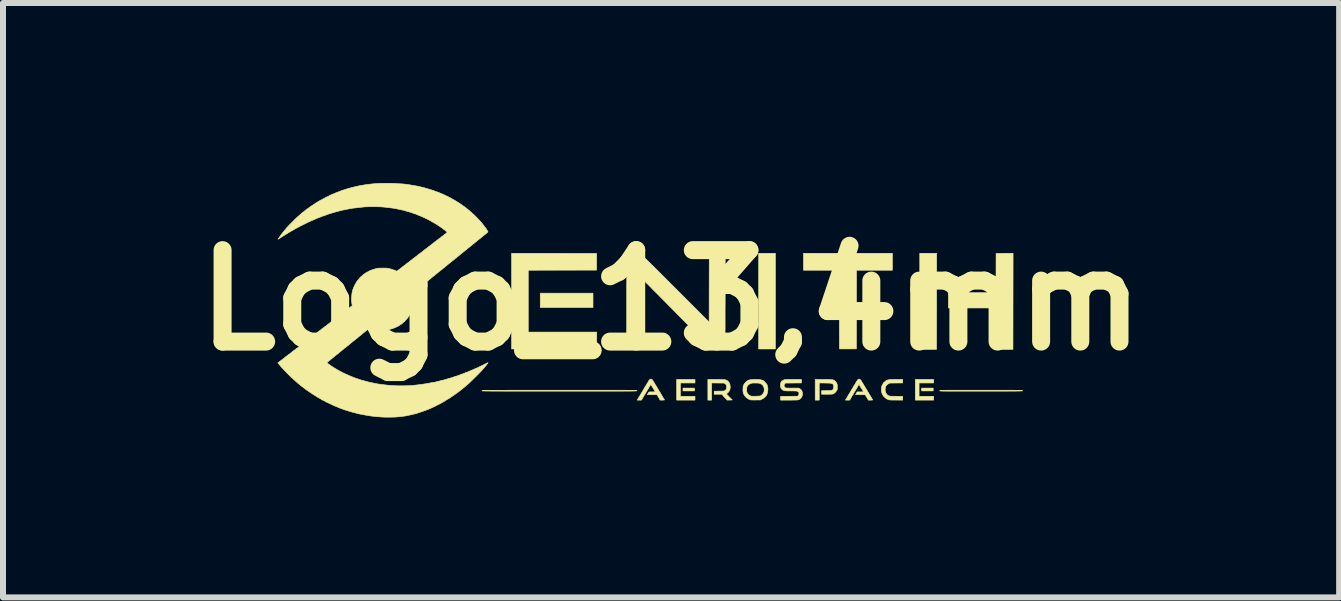
<source format=kicad_pcb>
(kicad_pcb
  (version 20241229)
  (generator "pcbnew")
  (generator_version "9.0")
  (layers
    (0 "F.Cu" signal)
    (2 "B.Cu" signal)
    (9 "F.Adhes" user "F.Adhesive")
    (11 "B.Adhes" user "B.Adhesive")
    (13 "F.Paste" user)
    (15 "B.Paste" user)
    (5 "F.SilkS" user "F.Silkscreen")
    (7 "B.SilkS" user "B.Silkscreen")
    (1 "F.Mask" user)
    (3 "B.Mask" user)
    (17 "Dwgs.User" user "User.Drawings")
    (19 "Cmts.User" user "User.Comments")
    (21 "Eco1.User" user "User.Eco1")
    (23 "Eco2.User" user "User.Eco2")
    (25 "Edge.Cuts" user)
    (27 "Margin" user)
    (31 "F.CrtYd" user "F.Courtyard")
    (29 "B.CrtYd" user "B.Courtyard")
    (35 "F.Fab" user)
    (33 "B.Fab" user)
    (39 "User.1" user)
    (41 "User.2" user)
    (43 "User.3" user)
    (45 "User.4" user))
  (footprint "Logo_13,4mm"
    (layer "F.Cu")
    (at 8.135 1.954)
    (property "Reference" "Logo_13,4mm" (at 0 0 0) (layer "F.SilkS") (effects (font (size 1.524 1.524) (thickness 0.3))))
    (attr through_hole)
    (fp_poly (pts (xy -1.301 0.121) (xy -2.18 0.121) (xy -2.18 -0.117) (xy -1.301 -0.117) (xy -1.301 0.121)) (stroke (width 0.01) (type solid)) (fill yes) (layer "F.SilkS"))
    (fp_poly (pts (xy 0.391 1.512) (xy 0.199 1.512) (xy 0.199 1.465) (xy 0.391 1.465) (xy 0.391 1.512)) (stroke (width 0.01) (type solid)) (fill yes) (layer "F.SilkS"))
    (fp_poly (pts (xy 1.739 0.813) (xy 1.461 0.813) (xy 1.461 -0.782) (xy 1.739 -0.782) (xy 1.739 0.813)) (stroke (width 0.01) (type solid)) (fill yes) (layer "F.SilkS"))
    (fp_poly (pts (xy 4.369 1.512) (xy 4.177 1.512) (xy 4.177 1.465) (xy 4.369 1.465) (xy 4.369 1.512)) (stroke (width 0.01) (type solid)) (fill yes) (layer "F.SilkS"))
    (fp_poly (pts (xy 4.426 0.019) (xy 4.425 0.819) (xy 4.286 0.82) (xy 4.146 0.821) (xy 4.146 -0.782) (xy 4.427 -0.782) (xy 4.426 0.019)) (stroke (width 0.01) (type solid)) (fill yes) (layer "F.SilkS"))
    (fp_poly (pts (xy 0.399 1.379) (xy 0.156 1.379) (xy 0.156 1.602) (xy 0.399 1.602) (xy 0.399 1.665) (xy 0.094 1.665) (xy 0.094 1.321) (xy 0.399 1.321) (xy 0.399 1.379)) (stroke (width 0.01) (type solid)) (fill yes) (layer "F.SilkS"))
    (fp_poly (pts (xy 4.377 1.379) (xy 4.134 1.379) (xy 4.134 1.602) (xy 4.377 1.602) (xy 4.377 1.665) (xy 4.072 1.665) (xy 4.072 1.321) (xy 4.377 1.321) (xy 4.377 1.379)) (stroke (width 0.01) (type solid)) (fill yes) (layer "F.SilkS"))
    (fp_poly (pts (xy -1.949 -0.781) (xy -1.241 -0.78) (xy -1.241 -0.502) (xy -2.38 -0.5) (xy -2.38 0.531) (xy -1.239 0.531) (xy -1.239 0.813) (xy -2.657 0.813) (xy -2.657 -0.782) (xy -1.949 -0.781)) (stroke (width 0.01) (type solid)) (fill yes) (layer "F.SilkS"))
    (fp_poly (pts (xy 5.7 0.019) (xy 5.699 0.819) (xy 5.56 0.82) (xy 5.528 0.82) (xy 5.498 0.82) (xy 5.472 0.82) (xy 5.45 0.819) (xy 5.433 0.819) (xy 5.422 0.819) (xy 5.419 0.818) (xy 5.418 0.814) (xy 5.418 0.802) (xy 5.418 0.784) (xy 5.417 0.76) (xy 5.417 0.73) (xy 5.417 0.695) (xy 5.416 0.656) (xy 5.416 0.613) (xy 5.416 0.566) (xy 5.416 0.517) (xy 5.416 0.472) (xy 5.416 0.129) (xy 4.623 0.129) (xy 4.623 -0.125) (xy 5.416 -0.125) (xy 5.417 -0.452) (xy 5.418 -0.78) (xy 5.56 -0.781) (xy 5.701 -0.782) (xy 5.7 0.019)) (stroke (width 0.01) (type solid)) (fill yes) (layer "F.SilkS"))
    (fp_poly (pts (xy 3.689 -0.5) (xy 3.091 -0.5) (xy 3.09 0.155) (xy 3.089 0.811) (xy 2.95 0.812) (xy 2.918 0.812) (xy 2.888 0.812) (xy 2.862 0.812) (xy 2.84 0.812) (xy 2.823 0.811) (xy 2.812 0.811) (xy 2.808 0.81) (xy 2.808 0.806) (xy 2.808 0.795) (xy 2.808 0.776) (xy 2.807 0.751) (xy 2.807 0.72) (xy 2.807 0.682) (xy 2.807 0.64) (xy 2.806 0.593) (xy 2.806 0.541) (xy 2.806 0.484) (xy 2.806 0.424) (xy 2.806 0.361) (xy 2.806 0.295) (xy 2.806 0.226) (xy 2.806 0.155) (xy 2.806 -0.5) (xy 2.208 -0.5) (xy 2.208 -0.782) (xy 3.689 -0.782) (xy 3.689 -0.5)) (stroke (width 0.01) (type solid)) (fill yes) (layer "F.SilkS"))
    (fp_poly (pts (xy 0.787 1.321) (xy 0.817 1.321) (xy 0.842 1.321) (xy 0.861 1.322) (xy 0.876 1.323) (xy 0.888 1.324) (xy 0.898 1.325) (xy 0.905 1.327) (xy 0.908 1.327) (xy 0.934 1.338) (xy 0.954 1.355) (xy 0.971 1.378) (xy 0.981 1.404) (xy 0.986 1.435) (xy 0.987 1.446) (xy 0.984 1.478) (xy 0.975 1.505) (xy 0.96 1.528) (xy 0.946 1.542) (xy 0.935 1.551) (xy 0.926 1.557) (xy 0.922 1.559) (xy 0.921 1.559) (xy 0.923 1.562) (xy 0.929 1.569) (xy 0.939 1.58) (xy 0.953 1.594) (xy 0.969 1.61) (xy 0.969 1.611) (xy 1.021 1.663) (xy 0.936 1.665) (xy 0.902 1.629) (xy 0.889 1.615) (xy 0.878 1.603) (xy 0.871 1.595) (xy 0.868 1.591) (xy 0.868 1.591) (xy 0.865 1.587) (xy 0.859 1.58) (xy 0.857 1.578) (xy 0.847 1.567) (xy 0.719 1.567) (xy 0.719 1.517) (xy 0.802 1.515) (xy 0.83 1.515) (xy 0.851 1.515) (xy 0.866 1.514) (xy 0.877 1.513) (xy 0.885 1.511) (xy 0.891 1.51) (xy 0.897 1.507) (xy 0.9 1.505) (xy 0.915 1.492) (xy 0.924 1.473) (xy 0.927 1.45) (xy 0.925 1.427) (xy 0.918 1.409) (xy 0.906 1.395) (xy 0.902 1.393) (xy 0.886 1.381) (xy 0.781 1.38) (xy 0.676 1.379) (xy 0.676 1.665) (xy 0.614 1.665) (xy 0.614 1.321) (xy 0.749 1.321) (xy 0.787 1.321)) (stroke (width 0.01) (type solid)) (fill yes) (layer "F.SilkS"))
    (fp_poly (pts (xy 2.578 1.321) (xy 2.613 1.321) (xy 2.641 1.322) (xy 2.664 1.323) (xy 2.682 1.325) (xy 2.697 1.327) (xy 2.709 1.331) (xy 2.718 1.335) (xy 2.727 1.341) (xy 2.734 1.348) (xy 2.739 1.352) (xy 2.752 1.368) (xy 2.762 1.383) (xy 2.768 1.399) (xy 2.771 1.419) (xy 2.771 1.445) (xy 2.771 1.447) (xy 2.771 1.466) (xy 2.771 1.479) (xy 2.769 1.489) (xy 2.766 1.497) (xy 2.761 1.506) (xy 2.761 1.507) (xy 2.742 1.532) (xy 2.719 1.552) (xy 2.706 1.559) (xy 2.701 1.561) (xy 2.695 1.563) (xy 2.687 1.565) (xy 2.677 1.566) (xy 2.664 1.566) (xy 2.646 1.567) (xy 2.621 1.567) (xy 2.599 1.567) (xy 2.509 1.567) (xy 2.509 1.509) (xy 2.588 1.507) (xy 2.62 1.507) (xy 2.644 1.506) (xy 2.663 1.504) (xy 2.677 1.502) (xy 2.687 1.498) (xy 2.695 1.494) (xy 2.7 1.488) (xy 2.704 1.48) (xy 2.704 1.478) (xy 2.711 1.453) (xy 2.71 1.427) (xy 2.708 1.415) (xy 2.703 1.404) (xy 2.695 1.396) (xy 2.685 1.391) (xy 2.679 1.388) (xy 2.673 1.386) (xy 2.666 1.384) (xy 2.657 1.383) (xy 2.645 1.382) (xy 2.629 1.381) (xy 2.607 1.381) (xy 2.579 1.38) (xy 2.568 1.38) (xy 2.47 1.379) (xy 2.47 1.665) (xy 2.403 1.665) (xy 2.403 1.321) (xy 2.536 1.321) (xy 2.578 1.321)) (stroke (width 0.01) (type solid)) (fill yes) (layer "F.SilkS"))
    (fp_poly (pts (xy 3.861 1.379) (xy 3.754 1.38) (xy 3.648 1.381) (xy 3.626 1.392) (xy 3.608 1.402) (xy 3.595 1.414) (xy 3.592 1.418) (xy 3.585 1.427) (xy 3.58 1.433) (xy 3.579 1.434) (xy 3.577 1.439) (xy 3.574 1.449) (xy 3.572 1.461) (xy 3.568 1.491) (xy 3.571 1.52) (xy 3.58 1.545) (xy 3.594 1.567) (xy 3.596 1.569) (xy 3.605 1.578) (xy 3.613 1.584) (xy 3.62 1.59) (xy 3.629 1.594) (xy 3.64 1.597) (xy 3.653 1.599) (xy 3.671 1.6) (xy 3.694 1.601) (xy 3.723 1.601) (xy 3.75 1.601) (xy 3.861 1.603) (xy 3.861 1.665) (xy 3.752 1.664) (xy 3.714 1.664) (xy 3.684 1.664) (xy 3.66 1.663) (xy 3.643 1.662) (xy 3.631 1.66) (xy 3.628 1.659) (xy 3.595 1.645) (xy 3.566 1.624) (xy 3.541 1.598) (xy 3.522 1.566) (xy 3.512 1.542) (xy 3.507 1.521) (xy 3.505 1.496) (xy 3.506 1.47) (xy 3.509 1.446) (xy 3.513 1.432) (xy 3.518 1.42) (xy 3.525 1.406) (xy 3.533 1.392) (xy 3.54 1.38) (xy 3.547 1.371) (xy 3.551 1.368) (xy 3.551 1.368) (xy 3.556 1.365) (xy 3.563 1.359) (xy 3.566 1.357) (xy 3.578 1.346) (xy 3.587 1.339) (xy 3.598 1.335) (xy 3.611 1.33) (xy 3.619 1.328) (xy 3.629 1.326) (xy 3.639 1.324) (xy 3.651 1.323) (xy 3.666 1.322) (xy 3.684 1.321) (xy 3.708 1.321) (xy 3.737 1.321) (xy 3.754 1.321) (xy 3.861 1.321) (xy 3.861 1.379)) (stroke (width 0.01) (type solid)) (fill yes) (layer "F.SilkS"))
    (fp_poly (pts (xy 5.258 1.501) (xy 5.338 1.501) (xy 5.412 1.501) (xy 5.478 1.501) (xy 5.538 1.501) (xy 5.592 1.501) (xy 5.639 1.501) (xy 5.681 1.501) (xy 5.718 1.501) (xy 5.75 1.502) (xy 5.777 1.502) (xy 5.799 1.502) (xy 5.818 1.503) (xy 5.833 1.503) (xy 5.844 1.504) (xy 5.852 1.504) (xy 5.858 1.505) (xy 5.861 1.505) (xy 5.862 1.506) (xy 5.859 1.509) (xy 5.852 1.511) (xy 5.838 1.512) (xy 5.823 1.514) (xy 5.815 1.514) (xy 5.8 1.514) (xy 5.778 1.514) (xy 5.749 1.515) (xy 5.714 1.515) (xy 5.673 1.515) (xy 5.627 1.515) (xy 5.577 1.516) (xy 5.522 1.516) (xy 5.463 1.516) (xy 5.401 1.516) (xy 5.336 1.516) (xy 5.268 1.516) (xy 5.198 1.516) (xy 5.132 1.516) (xy 5.048 1.516) (xy 4.972 1.516) (xy 4.903 1.516) (xy 4.84 1.516) (xy 4.785 1.516) (xy 4.735 1.516) (xy 4.691 1.516) (xy 4.652 1.516) (xy 4.618 1.516) (xy 4.589 1.515) (xy 4.564 1.515) (xy 4.544 1.515) (xy 4.527 1.515) (xy 4.513 1.514) (xy 4.502 1.514) (xy 4.493 1.513) (xy 4.487 1.513) (xy 4.483 1.512) (xy 4.48 1.511) (xy 4.479 1.511) (xy 4.478 1.51) (xy 4.478 1.509) (xy 4.478 1.508) (xy 4.478 1.507) (xy 4.479 1.507) (xy 4.48 1.506) (xy 4.482 1.505) (xy 4.486 1.504) (xy 4.491 1.504) (xy 4.498 1.503) (xy 4.508 1.503) (xy 4.521 1.502) (xy 4.536 1.502) (xy 4.555 1.502) (xy 4.578 1.501) (xy 4.605 1.501) (xy 4.636 1.501) (xy 4.672 1.501) (xy 4.714 1.501) (xy 4.76 1.501) (xy 4.813 1.501) (xy 4.871 1.501) (xy 4.936 1.501) (xy 5.008 1.501) (xy 5.087 1.501) (xy 5.17 1.501) (xy 5.258 1.501)) (stroke (width 0.01) (type solid)) (fill yes) (layer "F.SilkS"))
    (fp_poly (pts (xy 2.173 1.379) (xy 1.906 1.381) (xy 1.895 1.394) (xy 1.886 1.409) (xy 1.884 1.42) (xy 1.886 1.434) (xy 1.894 1.448) (xy 1.904 1.458) (xy 1.909 1.462) (xy 1.916 1.463) (xy 1.929 1.464) (xy 1.948 1.464) (xy 1.971 1.465) (xy 1.998 1.465) (xy 2.023 1.465) (xy 2.128 1.465) (xy 2.148 1.477) (xy 2.159 1.484) (xy 2.167 1.49) (xy 2.169 1.493) (xy 2.171 1.499) (xy 2.175 1.503) (xy 2.179 1.51) (xy 2.184 1.521) (xy 2.187 1.531) (xy 2.191 1.558) (xy 2.189 1.585) (xy 2.18 1.609) (xy 2.166 1.631) (xy 2.147 1.648) (xy 2.124 1.659) (xy 2.12 1.66) (xy 2.111 1.662) (xy 2.094 1.663) (xy 2.071 1.664) (xy 2.04 1.664) (xy 2.003 1.665) (xy 1.965 1.665) (xy 1.825 1.665) (xy 1.825 1.603) (xy 2.11 1.6) (xy 2.12 1.59) (xy 2.128 1.578) (xy 2.132 1.563) (xy 2.133 1.547) (xy 2.13 1.536) (xy 2.124 1.529) (xy 2.114 1.522) (xy 2.11 1.52) (xy 2.105 1.518) (xy 2.099 1.516) (xy 2.091 1.514) (xy 2.081 1.513) (xy 2.067 1.513) (xy 2.048 1.512) (xy 2.023 1.512) (xy 2 1.512) (xy 1.968 1.512) (xy 1.943 1.512) (xy 1.924 1.511) (xy 1.909 1.51) (xy 1.898 1.509) (xy 1.89 1.507) (xy 1.885 1.506) (xy 1.861 1.495) (xy 1.843 1.48) (xy 1.831 1.46) (xy 1.824 1.435) (xy 1.823 1.415) (xy 1.826 1.387) (xy 1.834 1.365) (xy 1.848 1.347) (xy 1.868 1.334) (xy 1.881 1.329) (xy 1.887 1.326) (xy 1.894 1.325) (xy 1.902 1.323) (xy 1.912 1.322) (xy 1.925 1.322) (xy 1.942 1.321) (xy 1.964 1.321) (xy 1.992 1.321) (xy 2.026 1.321) (xy 2.038 1.321) (xy 2.173 1.321) (xy 2.173 1.379)) (stroke (width 0.01) (type solid)) (fill yes) (layer "F.SilkS"))
    (fp_poly (pts (xy -1.422 1.501) (xy -1.332 1.501) (xy -1.249 1.501) (xy -1.171 1.501) (xy -1.1 1.501) (xy -1.035 1.501) (xy -0.975 1.501) (xy -0.921 1.501) (xy -0.871 1.501) (xy -0.827 1.501) (xy -0.787 1.501) (xy -0.751 1.501) (xy -0.72 1.502) (xy -0.692 1.502) (xy -0.668 1.502) (xy -0.647 1.502) (xy -0.63 1.503) (xy -0.615 1.503) (xy -0.603 1.503) (xy -0.593 1.504) (xy -0.585 1.504) (xy -0.579 1.505) (xy -0.575 1.505) (xy -0.572 1.506) (xy -0.57 1.506) (xy -0.57 1.507) (xy -0.569 1.507) (xy -0.569 1.508) (xy -0.569 1.508) (xy -0.57 1.509) (xy -0.57 1.51) (xy -0.571 1.51) (xy -0.573 1.511) (xy -0.576 1.512) (xy -0.58 1.512) (xy -0.585 1.513) (xy -0.592 1.513) (xy -0.602 1.513) (xy -0.613 1.514) (xy -0.627 1.514) (xy -0.644 1.514) (xy -0.664 1.515) (xy -0.687 1.515) (xy -0.713 1.515) (xy -0.743 1.515) (xy -0.778 1.515) (xy -0.816 1.516) (xy -0.859 1.516) (xy -0.907 1.516) (xy -0.959 1.516) (xy -1.017 1.516) (xy -1.08 1.516) (xy -1.15 1.516) (xy -1.225 1.516) (xy -1.306 1.516) (xy -1.394 1.516) (xy -1.488 1.516) (xy -1.59 1.516) (xy -1.698 1.516) (xy -1.861 1.516) (xy -1.984 1.516) (xy -2.099 1.516) (xy -2.207 1.516) (xy -2.308 1.516) (xy -2.402 1.516) (xy -2.49 1.516) (xy -2.57 1.516) (xy -2.645 1.516) (xy -2.713 1.516) (xy -2.776 1.516) (xy -2.832 1.515) (xy -2.883 1.515) (xy -2.929 1.515) (xy -2.97 1.515) (xy -3.006 1.515) (xy -3.038 1.514) (xy -3.065 1.514) (xy -3.088 1.514) (xy -3.107 1.513) (xy -3.122 1.513) (xy -3.133 1.513) (xy -3.141 1.512) (xy -3.146 1.512) (xy -3.149 1.511) (xy -3.149 1.511) (xy -3.145 1.505) (xy -3.144 1.504) (xy -3.14 1.503) (xy -3.128 1.503) (xy -3.109 1.503) (xy -3.083 1.503) (xy -3.051 1.502) (xy -3.012 1.502) (xy -2.967 1.502) (xy -2.916 1.502) (xy -2.86 1.502) (xy -2.798 1.502) (xy -2.732 1.501) (xy -2.661 1.501) (xy -2.585 1.501) (xy -2.506 1.501) (xy -2.423 1.501) (xy -2.336 1.501) (xy -2.246 1.501) (xy -2.154 1.501) (xy -2.058 1.501) (xy -1.961 1.501) (xy -1.861 1.501) (xy -1.854 1.501) (xy -1.735 1.501) (xy -1.623 1.501) (xy -1.519 1.501) (xy -1.422 1.501)) (stroke (width 0.01) (type solid)) (fill yes) (layer "F.SilkS"))
    (fp_poly (pts (xy 1.448 1.322) (xy 1.483 1.325) (xy 1.51 1.33) (xy 1.531 1.337) (xy 1.54 1.343) (xy 1.552 1.353) (xy 1.565 1.366) (xy 1.578 1.38) (xy 1.589 1.393) (xy 1.597 1.403) (xy 1.601 1.41) (xy 1.603 1.42) (xy 1.607 1.434) (xy 1.608 1.437) (xy 1.613 1.459) (xy 1.614 1.486) (xy 1.612 1.515) (xy 1.607 1.543) (xy 1.599 1.568) (xy 1.594 1.58) (xy 1.577 1.603) (xy 1.555 1.625) (xy 1.528 1.643) (xy 1.52 1.646) (xy 1.487 1.663) (xy 1.413 1.663) (xy 1.389 1.664) (xy 1.366 1.663) (xy 1.347 1.663) (xy 1.333 1.662) (xy 1.325 1.661) (xy 1.297 1.65) (xy 1.269 1.633) (xy 1.244 1.612) (xy 1.224 1.587) (xy 1.218 1.577) (xy 1.21 1.562) (xy 1.205 1.547) (xy 1.201 1.532) (xy 1.2 1.514) (xy 1.199 1.501) (xy 1.259 1.501) (xy 1.26 1.505) (xy 1.264 1.528) (xy 1.27 1.546) (xy 1.279 1.56) (xy 1.287 1.569) (xy 1.302 1.583) (xy 1.316 1.592) (xy 1.33 1.597) (xy 1.338 1.599) (xy 1.349 1.6) (xy 1.365 1.601) (xy 1.385 1.601) (xy 1.406 1.601) (xy 1.429 1.6) (xy 1.45 1.599) (xy 1.468 1.598) (xy 1.482 1.597) (xy 1.49 1.595) (xy 1.491 1.595) (xy 1.509 1.583) (xy 1.526 1.566) (xy 1.539 1.548) (xy 1.543 1.542) (xy 1.549 1.527) (xy 1.552 1.512) (xy 1.553 1.493) (xy 1.553 1.476) (xy 1.551 1.464) (xy 1.547 1.452) (xy 1.54 1.437) (xy 1.54 1.436) (xy 1.532 1.422) (xy 1.526 1.413) (xy 1.518 1.406) (xy 1.507 1.399) (xy 1.499 1.395) (xy 1.487 1.39) (xy 1.478 1.386) (xy 1.469 1.383) (xy 1.458 1.382) (xy 1.444 1.381) (xy 1.424 1.38) (xy 1.416 1.38) (xy 1.391 1.38) (xy 1.372 1.38) (xy 1.357 1.381) (xy 1.345 1.383) (xy 1.338 1.385) (xy 1.314 1.394) (xy 1.294 1.406) (xy 1.281 1.42) (xy 1.279 1.422) (xy 1.274 1.43) (xy 1.27 1.434) (xy 1.27 1.434) (xy 1.267 1.438) (xy 1.265 1.447) (xy 1.262 1.46) (xy 1.261 1.475) (xy 1.259 1.489) (xy 1.259 1.501) (xy 1.199 1.501) (xy 1.199 1.49) (xy 1.199 1.486) (xy 1.2 1.464) (xy 1.201 1.447) (xy 1.203 1.435) (xy 1.206 1.425) (xy 1.207 1.422) (xy 1.22 1.396) (xy 1.238 1.374) (xy 1.251 1.361) (xy 1.259 1.354) (xy 1.265 1.349) (xy 1.266 1.348) (xy 1.278 1.339) (xy 1.296 1.332) (xy 1.319 1.326) (xy 1.348 1.323) (xy 1.383 1.321) (xy 1.405 1.321) (xy 1.448 1.322)) (stroke (width 0.01) (type solid)) (fill yes) (layer "F.SilkS"))
    (fp_poly (pts (xy -0.323 1.319) (xy -0.315 1.325) (xy -0.307 1.333) (xy -0.302 1.34) (xy -0.301 1.342) (xy -0.299 1.348) (xy -0.293 1.357) (xy -0.29 1.363) (xy -0.281 1.375) (xy -0.273 1.388) (xy -0.271 1.392) (xy -0.266 1.402) (xy -0.257 1.416) (xy -0.251 1.426) (xy -0.242 1.439) (xy -0.235 1.451) (xy -0.231 1.458) (xy -0.219 1.479) (xy -0.207 1.499) (xy -0.197 1.516) (xy -0.189 1.529) (xy -0.185 1.534) (xy -0.179 1.544) (xy -0.17 1.559) (xy -0.159 1.577) (xy -0.148 1.597) (xy -0.139 1.613) (xy -0.131 1.626) (xy -0.123 1.64) (xy -0.12 1.643) (xy -0.114 1.653) (xy -0.11 1.66) (xy -0.109 1.662) (xy -0.113 1.663) (xy -0.123 1.664) (xy -0.137 1.665) (xy -0.146 1.665) (xy -0.182 1.665) (xy -0.191 1.648) (xy -0.197 1.638) (xy -0.202 1.63) (xy -0.203 1.628) (xy -0.205 1.623) (xy -0.211 1.613) (xy -0.219 1.601) (xy -0.22 1.599) (xy -0.235 1.575) (xy -0.315 1.575) (xy -0.339 1.575) (xy -0.36 1.574) (xy -0.377 1.574) (xy -0.389 1.574) (xy -0.394 1.573) (xy -0.395 1.573) (xy -0.393 1.569) (xy -0.388 1.561) (xy -0.383 1.554) (xy -0.376 1.543) (xy -0.372 1.535) (xy -0.371 1.532) (xy -0.368 1.53) (xy -0.357 1.529) (xy -0.339 1.528) (xy -0.318 1.528) (xy -0.265 1.528) (xy -0.268 1.519) (xy -0.271 1.511) (xy -0.278 1.5) (xy -0.285 1.488) (xy -0.294 1.474) (xy -0.305 1.456) (xy -0.316 1.439) (xy -0.318 1.435) (xy -0.338 1.404) (xy -0.354 1.43) (xy -0.362 1.442) (xy -0.368 1.452) (xy -0.371 1.458) (xy -0.371 1.458) (xy -0.373 1.463) (xy -0.379 1.472) (xy -0.386 1.483) (xy -0.386 1.484) (xy -0.394 1.497) (xy -0.401 1.508) (xy -0.404 1.515) (xy -0.409 1.525) (xy -0.412 1.529) (xy -0.417 1.535) (xy -0.423 1.546) (xy -0.43 1.557) (xy -0.439 1.573) (xy -0.45 1.59) (xy -0.456 1.6) (xy -0.463 1.61) (xy -0.468 1.619) (xy -0.469 1.622) (xy -0.471 1.627) (xy -0.476 1.636) (xy -0.481 1.645) (xy -0.494 1.665) (xy -0.563 1.665) (xy -0.558 1.656) (xy -0.553 1.647) (xy -0.546 1.636) (xy -0.545 1.635) (xy -0.539 1.626) (xy -0.536 1.619) (xy -0.535 1.617) (xy -0.533 1.611) (xy -0.528 1.603) (xy -0.526 1.601) (xy -0.519 1.591) (xy -0.511 1.577) (xy -0.504 1.565) (xy -0.495 1.55) (xy -0.486 1.535) (xy -0.48 1.526) (xy -0.474 1.517) (xy -0.47 1.51) (xy -0.469 1.508) (xy -0.467 1.503) (xy -0.462 1.494) (xy -0.454 1.482) (xy -0.454 1.481) (xy -0.446 1.468) (xy -0.439 1.457) (xy -0.436 1.45) (xy -0.431 1.441) (xy -0.428 1.437) (xy -0.424 1.431) (xy -0.417 1.42) (xy -0.41 1.408) (xy -0.401 1.393) (xy -0.391 1.376) (xy -0.384 1.366) (xy -0.377 1.355) (xy -0.372 1.346) (xy -0.371 1.343) (xy -0.368 1.336) (xy -0.361 1.328) (xy -0.351 1.32) (xy -0.341 1.315) (xy -0.339 1.315) (xy -0.331 1.315) (xy -0.323 1.319)) (stroke (width 0.01) (type solid)) (fill yes) (layer "F.SilkS"))
    (fp_poly (pts (xy -0.592 -0.801) (xy -0.589 -0.8) (xy -0.582 -0.8) (xy -0.576 -0.8) (xy -0.57 -0.8) (xy -0.565 -0.8) (xy -0.559 -0.799) (xy -0.553 -0.797) (xy -0.547 -0.795) (xy -0.54 -0.791) (xy -0.532 -0.786) (xy -0.522 -0.78) (xy -0.512 -0.771) (xy -0.499 -0.761) (xy -0.485 -0.749) (xy -0.468 -0.734) (xy -0.45 -0.716) (xy -0.428 -0.696) (xy -0.404 -0.672) (xy -0.376 -0.645) (xy -0.345 -0.615) (xy -0.311 -0.581) (xy -0.272 -0.543) (xy -0.23 -0.501) (xy -0.183 -0.454) (xy -0.132 -0.403) (xy -0.076 -0.347) (xy -0.015 -0.286) (xy 0.051 -0.22) (xy 0.07 -0.201) (xy 0.635 0.364) (xy 0.636 -0.217) (xy 0.637 -0.797) (xy 0.903 -0.797) (xy 0.902 -0.034) (xy 0.902 0.06) (xy 0.901 0.146) (xy 0.901 0.225) (xy 0.901 0.297) (xy 0.901 0.363) (xy 0.901 0.422) (xy 0.901 0.475) (xy 0.9 0.522) (xy 0.9 0.564) (xy 0.9 0.6) (xy 0.899 0.632) (xy 0.899 0.659) (xy 0.899 0.681) (xy 0.898 0.7) (xy 0.898 0.714) (xy 0.897 0.725) (xy 0.897 0.733) (xy 0.896 0.738) (xy 0.896 0.74) (xy 0.89 0.751) (xy 0.883 0.763) (xy 0.875 0.776) (xy 0.867 0.787) (xy 0.861 0.794) (xy 0.858 0.797) (xy 0.854 0.799) (xy 0.845 0.805) (xy 0.84 0.809) (xy 0.827 0.818) (xy 0.813 0.825) (xy 0.809 0.827) (xy 0.79 0.831) (xy 0.767 0.832) (xy 0.744 0.831) (xy 0.723 0.827) (xy 0.718 0.825) (xy 0.697 0.814) (xy 0.673 0.799) (xy 0.647 0.779) (xy 0.619 0.753) (xy 0.594 0.728) (xy 0.584 0.718) (xy 0.57 0.704) (xy 0.55 0.684) (xy 0.527 0.66) (xy 0.499 0.631) (xy 0.467 0.599) (xy 0.432 0.564) (xy 0.394 0.525) (xy 0.353 0.484) (xy 0.311 0.441) (xy 0.266 0.395) (xy 0.219 0.348) (xy 0.171 0.3) (xy 0.123 0.251) (xy 0.074 0.201) (xy 0.024 0.151) (xy -0.025 0.102) (xy -0.073 0.053) (xy -0.121 0.004) (xy -0.167 -0.043) (xy -0.212 -0.088) (xy -0.255 -0.131) (xy -0.296 -0.172) (xy -0.333 -0.21) (xy -0.368 -0.246) (xy -0.4 -0.277) (xy -0.427 -0.305) (xy -0.451 -0.329) (xy -0.452 -0.33) (xy -0.467 -0.345) (xy -0.468 0.234) (xy -0.469 0.813) (xy -0.739 0.813) (xy -0.739 0.073) (xy -0.739 -0.018) (xy -0.739 -0.101) (xy -0.739 -0.178) (xy -0.739 -0.247) (xy -0.738 -0.31) (xy -0.738 -0.367) (xy -0.738 -0.418) (xy -0.738 -0.464) (xy -0.738 -0.504) (xy -0.738 -0.54) (xy -0.737 -0.571) (xy -0.737 -0.598) (xy -0.736 -0.621) (xy -0.736 -0.641) (xy -0.735 -0.658) (xy -0.734 -0.672) (xy -0.733 -0.683) (xy -0.732 -0.692) (xy -0.731 -0.699) (xy -0.729 -0.705) (xy -0.728 -0.71) (xy -0.726 -0.714) (xy -0.724 -0.717) (xy -0.722 -0.72) (xy -0.72 -0.724) (xy -0.719 -0.725) (xy -0.712 -0.736) (xy -0.705 -0.749) (xy -0.703 -0.751) (xy -0.696 -0.762) (xy -0.689 -0.769) (xy -0.686 -0.77) (xy -0.677 -0.775) (xy -0.673 -0.779) (xy -0.667 -0.783) (xy -0.656 -0.789) (xy -0.647 -0.793) (xy -0.635 -0.798) (xy -0.623 -0.8) (xy -0.61 -0.801) (xy -0.592 -0.801)) (stroke (width 0.01) (type solid)) (fill yes) (layer "F.SilkS"))
    (fp_poly (pts (xy 3.149 1.32) (xy 3.157 1.327) (xy 3.166 1.336) (xy 3.172 1.343) (xy 3.173 1.347) (xy 3.175 1.353) (xy 3.181 1.363) (xy 3.189 1.375) (xy 3.191 1.378) (xy 3.199 1.39) (xy 3.205 1.4) (xy 3.208 1.406) (xy 3.208 1.406) (xy 3.21 1.411) (xy 3.216 1.42) (xy 3.223 1.432) (xy 3.224 1.433) (xy 3.232 1.444) (xy 3.237 1.454) (xy 3.239 1.458) (xy 3.239 1.459) (xy 3.242 1.463) (xy 3.247 1.472) (xy 3.255 1.484) (xy 3.257 1.487) (xy 3.265 1.5) (xy 3.272 1.51) (xy 3.275 1.516) (xy 3.275 1.517) (xy 3.277 1.522) (xy 3.282 1.531) (xy 3.284 1.533) (xy 3.291 1.543) (xy 3.299 1.557) (xy 3.306 1.569) (xy 3.315 1.584) (xy 3.324 1.599) (xy 3.33 1.607) (xy 3.336 1.617) (xy 3.34 1.624) (xy 3.341 1.626) (xy 3.343 1.632) (xy 3.348 1.64) (xy 3.351 1.644) (xy 3.357 1.654) (xy 3.36 1.66) (xy 3.361 1.662) (xy 3.357 1.663) (xy 3.347 1.664) (xy 3.333 1.665) (xy 3.324 1.665) (xy 3.288 1.665) (xy 3.281 1.65) (xy 3.275 1.639) (xy 3.266 1.625) (xy 3.257 1.61) (xy 3.256 1.609) (xy 3.248 1.596) (xy 3.243 1.586) (xy 3.24 1.579) (xy 3.239 1.579) (xy 3.236 1.577) (xy 3.225 1.576) (xy 3.207 1.575) (xy 3.184 1.575) (xy 3.157 1.575) (xy 3.133 1.575) (xy 3.111 1.574) (xy 3.094 1.574) (xy 3.082 1.573) (xy 3.076 1.572) (xy 3.076 1.572) (xy 3.079 1.567) (xy 3.084 1.558) (xy 3.09 1.548) (xy 3.103 1.528) (xy 3.156 1.528) (xy 3.175 1.528) (xy 3.191 1.527) (xy 3.203 1.526) (xy 3.208 1.525) (xy 3.208 1.525) (xy 3.206 1.521) (xy 3.201 1.512) (xy 3.193 1.5) (xy 3.19 1.495) (xy 3.173 1.468) (xy 3.159 1.447) (xy 3.149 1.431) (xy 3.143 1.419) (xy 3.139 1.412) (xy 3.138 1.408) (xy 3.136 1.403) (xy 3.135 1.403) (xy 3.131 1.406) (xy 3.125 1.414) (xy 3.119 1.424) (xy 3.112 1.435) (xy 3.108 1.443) (xy 3.107 1.447) (xy 3.104 1.452) (xy 3.099 1.461) (xy 3.097 1.463) (xy 3.091 1.473) (xy 3.082 1.487) (xy 3.074 1.502) (xy 3.073 1.503) (xy 3.066 1.516) (xy 3.06 1.526) (xy 3.057 1.531) (xy 3.056 1.532) (xy 3.051 1.538) (xy 3.045 1.547) (xy 3.041 1.557) (xy 3.04 1.561) (xy 3.038 1.567) (xy 3.037 1.568) (xy 3.033 1.572) (xy 3.027 1.58) (xy 3.019 1.591) (xy 3.012 1.602) (xy 3.007 1.611) (xy 3.005 1.617) (xy 3.003 1.622) (xy 2.998 1.631) (xy 2.991 1.643) (xy 2.976 1.665) (xy 2.907 1.665) (xy 2.913 1.654) (xy 2.919 1.644) (xy 2.927 1.632) (xy 2.929 1.63) (xy 2.935 1.621) (xy 2.938 1.614) (xy 2.939 1.612) (xy 2.941 1.608) (xy 2.946 1.598) (xy 2.953 1.586) (xy 2.955 1.583) (xy 2.964 1.569) (xy 2.973 1.556) (xy 2.978 1.546) (xy 2.979 1.545) (xy 2.993 1.521) (xy 3.004 1.501) (xy 3.016 1.483) (xy 3.024 1.471) (xy 3.032 1.458) (xy 3.037 1.447) (xy 3.04 1.441) (xy 3.04 1.44) (xy 3.042 1.435) (xy 3.043 1.434) (xy 3.047 1.431) (xy 3.052 1.423) (xy 3.056 1.417) (xy 3.062 1.407) (xy 3.067 1.4) (xy 3.068 1.399) (xy 3.071 1.396) (xy 3.071 1.393) (xy 3.074 1.387) (xy 3.079 1.377) (xy 3.087 1.364) (xy 3.096 1.35) (xy 3.105 1.337) (xy 3.113 1.326) (xy 3.113 1.326) (xy 3.124 1.316) (xy 3.136 1.315) (xy 3.149 1.32)) (stroke (width 0.01) (type solid)) (fill yes) (layer "F.SilkS"))
    (fp_poly (pts (xy -4.67 -1.949) (xy -4.635 -1.948) (xy -4.605 -1.947) (xy -4.597 -1.946) (xy -4.57 -1.944) (xy -4.54 -1.942) (xy -4.51 -1.94) (xy -4.484 -1.939) (xy -4.476 -1.938) (xy -4.453 -1.936) (xy -4.425 -1.933) (xy -4.395 -1.929) (xy -4.365 -1.925) (xy -4.351 -1.922) (xy -4.327 -1.918) (xy -4.303 -1.914) (xy -4.282 -1.91) (xy -4.266 -1.908) (xy -4.257 -1.906) (xy -4.238 -1.903) (xy -4.212 -1.898) (xy -4.183 -1.891) (xy -4.151 -1.883) (xy -4.119 -1.875) (xy -4.088 -1.867) (xy -4.061 -1.859) (xy -4.044 -1.854) (xy -4.024 -1.848) (xy -4.007 -1.842) (xy -3.995 -1.839) (xy -3.987 -1.837) (xy -3.986 -1.837) (xy -3.981 -1.835) (xy -3.97 -1.831) (xy -3.955 -1.826) (xy -3.937 -1.819) (xy -3.937 -1.819) (xy -3.92 -1.812) (xy -3.905 -1.807) (xy -3.894 -1.803) (xy -3.889 -1.801) (xy -3.889 -1.801) (xy -3.884 -1.8) (xy -3.873 -1.796) (xy -3.86 -1.79) (xy -3.858 -1.789) (xy -3.841 -1.782) (xy -3.822 -1.774) (xy -3.808 -1.768) (xy -3.792 -1.762) (xy -3.776 -1.754) (xy -3.767 -1.749) (xy -3.753 -1.742) (xy -3.74 -1.736) (xy -3.735 -1.735) (xy -3.724 -1.731) (xy -3.715 -1.726) (xy -3.715 -1.725) (xy -3.708 -1.72) (xy -3.697 -1.714) (xy -3.683 -1.707) (xy -3.682 -1.707) (xy -3.668 -1.701) (xy -3.657 -1.695) (xy -3.65 -1.69) (xy -3.65 -1.69) (xy -3.644 -1.686) (xy -3.633 -1.68) (xy -3.619 -1.672) (xy -3.617 -1.671) (xy -3.602 -1.662) (xy -3.588 -1.654) (xy -3.578 -1.647) (xy -3.577 -1.647) (xy -3.569 -1.641) (xy -3.563 -1.637) (xy -3.562 -1.637) (xy -3.558 -1.635) (xy -3.548 -1.63) (xy -3.536 -1.622) (xy -3.522 -1.613) (xy -3.508 -1.603) (xy -3.495 -1.595) (xy -3.486 -1.588) (xy -3.483 -1.585) (xy -3.473 -1.578) (xy -3.462 -1.57) (xy -3.46 -1.569) (xy -3.451 -1.563) (xy -3.437 -1.553) (xy -3.422 -1.541) (xy -3.405 -1.528) (xy -3.388 -1.514) (xy -3.372 -1.501) (xy -3.359 -1.49) (xy -3.349 -1.482) (xy -3.345 -1.477) (xy -3.345 -1.477) (xy -3.339 -1.471) (xy -3.335 -1.469) (xy -3.33 -1.467) (xy -3.322 -1.459) (xy -3.317 -1.454) (xy -3.309 -1.445) (xy -3.302 -1.439) (xy -3.3 -1.438) (xy -3.297 -1.435) (xy -3.289 -1.428) (xy -3.277 -1.417) (xy -3.263 -1.403) (xy -3.254 -1.394) (xy -3.224 -1.363) (xy -3.199 -1.337) (xy -3.178 -1.314) (xy -3.159 -1.292) (xy -3.142 -1.271) (xy -3.125 -1.249) (xy -3.12 -1.243) (xy -3.109 -1.228) (xy -3.098 -1.214) (xy -3.089 -1.203) (xy -3.087 -1.2) (xy -3.08 -1.191) (xy -3.076 -1.183) (xy -3.075 -1.181) (xy -3.073 -1.175) (xy -3.07 -1.172) (xy -3.064 -1.164) (xy -3.058 -1.155) (xy -3.053 -1.146) (xy -3.051 -1.139) (xy -3.051 -1.137) (xy -3.055 -1.135) (xy -3.063 -1.128) (xy -3.072 -1.12) (xy -3.081 -1.11) (xy -3.089 -1.104) (xy -3.093 -1.102) (xy -3.097 -1.1) (xy -3.105 -1.093) (xy -3.113 -1.087) (xy -3.127 -1.075) (xy -3.146 -1.06) (xy -3.168 -1.041) (xy -3.196 -1.019) (xy -3.208 -1.01) (xy -3.222 -0.998) (xy -3.235 -0.988) (xy -3.243 -0.98) (xy -3.247 -0.976) (xy -3.253 -0.971) (xy -3.257 -0.969) (xy -3.262 -0.966) (xy -3.271 -0.96) (xy -3.277 -0.953) (xy -3.286 -0.945) (xy -3.294 -0.939) (xy -3.297 -0.938) (xy -3.302 -0.935) (xy -3.308 -0.93) (xy -3.315 -0.923) (xy -3.326 -0.913) (xy -3.335 -0.906) (xy -3.348 -0.896) (xy -3.361 -0.885) (xy -3.368 -0.88) (xy -3.376 -0.872) (xy -3.382 -0.868) (xy -3.384 -0.868) (xy -3.388 -0.865) (xy -3.395 -0.859) (xy -3.403 -0.852) (xy -3.412 -0.843) (xy -3.419 -0.838) (xy -3.422 -0.836) (xy -3.426 -0.834) (xy -3.434 -0.828) (xy -3.443 -0.82) (xy -3.457 -0.808) (xy -3.472 -0.795) (xy -3.481 -0.788) (xy -3.493 -0.779) (xy -3.504 -0.77) (xy -3.509 -0.765) (xy -3.516 -0.759) (xy -3.528 -0.75) (xy -3.542 -0.739) (xy -3.549 -0.733) (xy -3.562 -0.723) (xy -3.572 -0.714) (xy -3.578 -0.708) (xy -3.579 -0.706) (xy -3.583 -0.704) (xy -3.585 -0.703) (xy -3.59 -0.701) (xy -3.599 -0.694) (xy -3.607 -0.686) (xy -3.617 -0.677) (xy -3.624 -0.67) (xy -3.628 -0.668) (xy -3.633 -0.666) (xy -3.641 -0.659) (xy -3.644 -0.657) (xy -3.655 -0.647) (xy -3.667 -0.637) (xy -3.668 -0.636) (xy -3.679 -0.628) (xy -3.693 -0.617) (xy -3.707 -0.606) (xy -3.721 -0.595) (xy -3.732 -0.585) (xy -3.74 -0.578) (xy -3.742 -0.576) (xy -3.748 -0.571) (xy -3.75 -0.571) (xy -3.755 -0.568) (xy -3.763 -0.561) (xy -3.771 -0.553) (xy -3.781 -0.544) (xy -3.789 -0.538) (xy -3.793 -0.535) (xy -3.797 -0.533) (xy -3.805 -0.526) (xy -3.812 -0.52) (xy -3.821 -0.511) (xy -3.829 -0.505) (xy -3.832 -0.504) (xy -3.837 -0.501) (xy -3.844 -0.496) (xy -3.851 -0.489) (xy -3.862 -0.48) (xy -3.871 -0.473) (xy -3.884 -0.462) (xy -3.896 -0.452) (xy -3.903 -0.446) (xy -3.911 -0.439) (xy -3.918 -0.434) (xy -3.919 -0.434) (xy -3.923 -0.431) (xy -3.931 -0.425) (xy -3.938 -0.418) (xy -3.947 -0.41) (xy -3.954 -0.404) (xy -3.957 -0.402) (xy -3.961 -0.4) (xy -3.969 -0.394) (xy -3.978 -0.386) (xy -3.993 -0.374) (xy -4.009 -0.36) (xy -4.017 -0.354) (xy -4.028 -0.345) (xy -4.037 -0.338) (xy -4.041 -0.334) (xy -4.046 -0.33) (xy -4.056 -0.322) (xy -4.069 -0.312) (xy -4.078 -0.305) (xy -4.091 -0.294) (xy -4.102 -0.284) (xy -4.11 -0.277) (xy -4.112 -0.275) (xy -4.118 -0.27) (xy -4.12 -0.27) (xy -4.125 -0.267) (xy -4.134 -0.26) (xy -4.142 -0.252) (xy -4.152 -0.243) (xy -4.16 -0.237) (xy -4.163 -0.234) (xy -4.168 -0.232) (xy -4.176 -0.226) (xy -4.179 -0.223) (xy -4.19 -0.213) (xy -4.202 -0.203) (xy -4.203 -0.202) (xy -4.214 -0.194) (xy -4.228 -0.184) (xy -4.242 -0.172) (xy -4.256 -0.161) (xy -4.268 -0.151) (xy -4.275 -0.144) (xy -4.277 -0.142) (xy -4.283 -0.137) (xy -4.286 -0.137) (xy -4.29 -0.135) (xy -4.292 -0.131) (xy -4.292 -0.122) (xy -4.291 -0.106) (xy -4.289 -0.095) (xy -4.284 -0.051) (xy -4.283 -0.004) (xy -4.287 0.044) (xy -4.295 0.089) (xy -4.305 0.123) (xy -4.309 0.137) (xy -4.313 0.149) (xy -4.314 0.156) (xy -4.314 0.156) (xy -4.316 0.162) (xy -4.321 0.174) (xy -4.328 0.189) (xy -4.337 0.206) (xy -4.346 0.223) (xy -4.355 0.24) (xy -4.363 0.253) (xy -4.369 0.262) (xy -4.369 0.263) (xy -4.376 0.272) (xy -4.38 0.279) (xy -4.381 0.281) (xy -4.383 0.286) (xy -4.389 0.294) (xy -4.391 0.297) (xy -4.399 0.305) (xy -4.409 0.317) (xy -4.421 0.331) (xy -4.425 0.335) (xy -4.436 0.348) (xy -4.445 0.357) (xy -4.451 0.362) (xy -4.453 0.363) (xy -4.458 0.366) (xy -4.466 0.373) (xy -4.474 0.381) (xy -4.484 0.39) (xy -4.492 0.397) (xy -4.496 0.399) (xy -4.502 0.401) (xy -4.51 0.407) (xy -4.516 0.411) (xy -4.528 0.42) (xy -4.541 0.428) (xy -4.545 0.43) (xy -4.555 0.435) (xy -4.569 0.442) (xy -4.585 0.45) (xy -4.586 0.451) (xy -4.6 0.457) (xy -4.612 0.462) (xy -4.619 0.465) (xy -4.62 0.465) (xy -4.627 0.466) (xy -4.638 0.47) (xy -4.645 0.472) (xy -4.673 0.482) (xy -4.699 0.489) (xy -4.726 0.494) (xy -4.757 0.497) (xy -4.793 0.498) (xy -4.803 0.498) (xy -4.831 0.498) (xy -4.855 0.497) (xy -4.877 0.495) (xy -4.898 0.491) (xy -4.921 0.486) (xy -4.947 0.479) (xy -4.977 0.47) (xy -5.003 0.461) (xy -5.011 0.46) (xy -5.019 0.461) (xy -5.028 0.466) (xy -5.04 0.475) (xy -5.05 0.483) (xy -5.063 0.494) (xy -5.079 0.507) (xy -5.088 0.514) (xy -5.099 0.523) (xy -5.108 0.53) (xy -5.112 0.533) (xy -5.117 0.538) (xy -5.127 0.545) (xy -5.139 0.555) (xy -5.148 0.562) (xy -5.162 0.573) (xy -5.173 0.583) (xy -5.181 0.59) (xy -5.183 0.593) (xy -5.188 0.597) (xy -5.191 0.598) (xy -5.196 0.6) (xy -5.205 0.607) (xy -5.213 0.615) (xy -5.223 0.625) (xy -5.23 0.631) (xy -5.234 0.633) (xy -5.239 0.636) (xy -5.247 0.642) (xy -5.25 0.645) (xy -5.261 0.655) (xy -5.273 0.664) (xy -5.274 0.665) (xy -5.283 0.672) (xy -5.295 0.681) (xy -5.31 0.693) (xy -5.315 0.697) (xy -5.331 0.71) (xy -5.342 0.719) (xy -5.35 0.726) (xy -5.357 0.732) (xy -5.366 0.739) (xy -5.375 0.748) (xy -5.386 0.757) (xy -5.394 0.763) (xy -5.399 0.766) (xy -5.399 0.766) (xy -5.404 0.769) (xy -5.412 0.775) (xy -5.418 0.782) (xy -5.427 0.79) (xy -5.435 0.796) (xy -5.438 0.797) (xy -5.444 0.8) (xy -5.448 0.804) (xy -5.453 0.808) (xy -5.462 0.817) (xy -5.476 0.828) (xy -5.492 0.841) (xy -5.5 0.847) (xy -5.517 0.861) (xy -5.532 0.873) (xy -5.543 0.883) (xy -5.55 0.89) (xy -5.552 0.892) (xy -5.558 0.897) (xy -5.561 0.899) (xy -5.566 0.901) (xy -5.575 0.908) (xy -5.584 0.915) (xy -5.598 0.927) (xy -5.614 0.94) (xy -5.622 0.947) (xy -5.641 0.962) (xy -5.655 0.973) (xy -5.664 0.981) (xy -5.671 0.987) (xy -5.676 0.991) (xy -5.679 0.994) (xy -5.685 0.999) (xy -5.689 1) (xy -5.693 1.003) (xy -5.701 1.01) (xy -5.707 1.016) (xy -5.717 1.024) (xy -5.724 1.03) (xy -5.727 1.032) (xy -5.733 1.034) (xy -5.733 1.04) (xy -5.728 1.047) (xy -5.72 1.056) (xy -5.708 1.065) (xy -5.702 1.069) (xy -5.692 1.075) (xy -5.681 1.083) (xy -5.678 1.086) (xy -5.67 1.093) (xy -5.663 1.098) (xy -5.662 1.098) (xy -5.657 1.1) (xy -5.648 1.106) (xy -5.636 1.114) (xy -5.634 1.116) (xy -5.621 1.124) (xy -5.612 1.13) (xy -5.606 1.133) (xy -5.606 1.133) (xy -5.601 1.135) (xy -5.593 1.141) (xy -5.591 1.142) (xy -5.583 1.147) (xy -5.569 1.155) (xy -5.552 1.165) (xy -5.533 1.176) (xy -5.512 1.187) (xy -5.49 1.198) (xy -5.47 1.209) (xy -5.452 1.218) (xy -5.437 1.225) (xy -5.427 1.23) (xy -5.423 1.231) (xy -5.419 1.232) (xy -5.409 1.237) (xy -5.395 1.243) (xy -5.383 1.249) (xy -5.368 1.256) (xy -5.354 1.262) (xy -5.345 1.265) (xy -5.342 1.266) (xy -5.337 1.268) (xy -5.326 1.272) (xy -5.313 1.278) (xy -5.308 1.28) (xy -5.292 1.287) (xy -5.277 1.293) (xy -5.266 1.297) (xy -5.264 1.297) (xy -5.255 1.3) (xy -5.24 1.305) (xy -5.223 1.311) (xy -5.207 1.316) (xy -5.19 1.323) (xy -5.175 1.328) (xy -5.164 1.331) (xy -5.158 1.333) (xy -5.152 1.334) (xy -5.141 1.337) (xy -5.124 1.341) (xy -5.105 1.347) (xy -5.099 1.348) (xy -5.077 1.355) (xy -5.055 1.361) (xy -5.034 1.366) (xy -5.019 1.37) (xy -5.017 1.37) (xy -5.001 1.373) (xy -4.98 1.377) (xy -4.958 1.382) (xy -4.943 1.385) (xy -4.919 1.39) (xy -4.892 1.395) (xy -4.865 1.399) (xy -4.851 1.401) (xy -4.827 1.404) (xy -4.799 1.407) (xy -4.773 1.411) (xy -4.76 1.412) (xy -4.71 1.418) (xy -4.656 1.422) (xy -4.597 1.425) (xy -4.537 1.427) (xy -4.477 1.427) (xy -4.42 1.426) (xy -4.367 1.424) (xy -4.341 1.423) (xy -4.295 1.419) (xy -4.247 1.414) (xy -4.197 1.408) (xy -4.149 1.402) (xy -4.104 1.395) (xy -4.063 1.389) (xy -4.041 1.384) (xy -4.016 1.38) (xy -3.993 1.375) (xy -3.972 1.372) (xy -3.956 1.369) (xy -3.947 1.368) (xy -3.935 1.366) (xy -3.918 1.362) (xy -3.898 1.357) (xy -3.875 1.351) (xy -3.866 1.349) (xy -3.845 1.343) (xy -3.827 1.338) (xy -3.812 1.335) (xy -3.802 1.333) (xy -3.8 1.333) (xy -3.793 1.331) (xy -3.781 1.328) (xy -3.765 1.323) (xy -3.746 1.318) (xy -3.738 1.315) (xy -3.718 1.309) (xy -3.7 1.303) (xy -3.687 1.3) (xy -3.678 1.298) (xy -3.677 1.297) (xy -3.671 1.296) (xy -3.659 1.293) (xy -3.644 1.287) (xy -3.628 1.282) (xy -3.611 1.275) (xy -3.596 1.27) (xy -3.585 1.267) (xy -3.58 1.266) (xy -3.575 1.265) (xy -3.563 1.261) (xy -3.548 1.256) (xy -3.531 1.249) (xy -3.512 1.242) (xy -3.495 1.235) (xy -3.48 1.23) (xy -3.472 1.227) (xy -3.46 1.223) (xy -3.445 1.217) (xy -3.432 1.211) (xy -3.418 1.205) (xy -3.408 1.201) (xy -3.402 1.2) (xy -3.402 1.2) (xy -3.396 1.198) (xy -3.385 1.194) (xy -3.371 1.188) (xy -3.358 1.182) (xy -3.343 1.175) (xy -3.329 1.169) (xy -3.32 1.165) (xy -3.317 1.164) (xy -3.313 1.163) (xy -3.303 1.159) (xy -3.289 1.153) (xy -3.281 1.149) (xy -3.266 1.142) (xy -3.254 1.137) (xy -3.247 1.134) (xy -3.245 1.133) (xy -3.242 1.133) (xy -3.237 1.13) (xy -3.227 1.126) (xy -3.214 1.12) (xy -3.196 1.111) (xy -3.172 1.099) (xy -3.142 1.085) (xy -3.113 1.07) (xy -3.093 1.06) (xy -3.076 1.052) (xy -3.062 1.045) (xy -3.053 1.041) (xy -3.051 1.04) (xy -3.05 1.041) (xy -3.053 1.047) (xy -3.058 1.054) (xy -3.064 1.062) (xy -3.069 1.067) (xy -3.07 1.068) (xy -3.075 1.074) (xy -3.075 1.076) (xy -3.078 1.081) (xy -3.084 1.09) (xy -3.092 1.099) (xy -3.103 1.111) (xy -3.113 1.123) (xy -3.118 1.129) (xy -3.136 1.15) (xy -3.153 1.169) (xy -3.17 1.188) (xy -3.189 1.207) (xy -3.21 1.229) (xy -3.234 1.253) (xy -3.263 1.282) (xy -3.265 1.284) (xy -3.288 1.306) (xy -3.309 1.327) (xy -3.329 1.346) (xy -3.346 1.363) (xy -3.359 1.375) (xy -3.368 1.384) (xy -3.37 1.385) (xy -3.384 1.397) (xy -3.398 1.409) (xy -3.405 1.415) (xy -3.424 1.432) (xy -3.445 1.45) (xy -3.468 1.468) (xy -3.491 1.487) (xy -3.513 1.504) (xy -3.532 1.519) (xy -3.548 1.531) (xy -3.559 1.538) (xy -3.56 1.539) (xy -3.572 1.547) (xy -3.582 1.556) (xy -3.583 1.557) (xy -3.591 1.564) (xy -3.597 1.567) (xy -3.598 1.567) (xy -3.604 1.57) (xy -3.61 1.574) (xy -3.616 1.58) (xy -3.627 1.588) (xy -3.641 1.597) (xy -3.646 1.6) (xy -3.659 1.609) (xy -3.67 1.616) (xy -3.676 1.621) (xy -3.677 1.622) (xy -3.681 1.625) (xy -3.69 1.631) (xy -3.695 1.634) (xy -3.711 1.643) (xy -3.729 1.653) (xy -3.745 1.663) (xy -3.76 1.672) (xy -3.77 1.679) (xy -3.775 1.682) (xy -3.779 1.685) (xy -3.786 1.689) (xy -3.796 1.695) (xy -3.812 1.704) (xy -3.832 1.715) (xy -3.858 1.729) (xy -3.871 1.735) (xy -3.933 1.767) (xy -3.99 1.794) (xy -4.043 1.817) (xy -4.084 1.833) (xy -4.134 1.851) (xy -4.179 1.866) (xy -4.217 1.879) (xy -4.248 1.888) (xy -4.272 1.895) (xy -4.289 1.899) (xy -4.301 1.901) (xy -4.318 1.905) (xy -4.337 1.91) (xy -4.347 1.912) (xy -4.374 1.918) (xy -4.401 1.924) (xy -4.428 1.929) (xy -4.459 1.933) (xy -4.493 1.938) (xy -4.533 1.942) (xy -4.578 1.946) (xy -4.58 1.946) (xy -4.596 1.947) (xy -4.617 1.948) (xy -4.644 1.948) (xy -4.673 1.949) (xy -4.704 1.949) (xy -4.734 1.949) (xy -4.762 1.949) (xy -4.786 1.948) (xy -4.805 1.948) (xy -4.81 1.947) (xy -4.868 1.943) (xy -4.92 1.939) (xy -4.966 1.934) (xy -5.007 1.929) (xy -5.045 1.923) (xy -5.081 1.917) (xy -5.096 1.914) (xy -5.118 1.91) (xy -5.14 1.905) (xy -5.159 1.902) (xy -5.173 1.9) (xy -5.176 1.899) (xy -5.189 1.897) (xy -5.208 1.893) (xy -5.228 1.888) (xy -5.244 1.883) (xy -5.265 1.878) (xy -5.285 1.873) (xy -5.302 1.868) (xy -5.313 1.866) (xy -5.326 1.862) (xy -5.345 1.857) (xy -5.365 1.85) (xy -5.376 1.847) (xy -5.393 1.841) (xy -5.408 1.836) (xy -5.418 1.833) (xy -5.422 1.833) (xy -5.428 1.831) (xy -5.439 1.828) (xy -5.454 1.822) (xy -5.466 1.818) (xy -5.484 1.811) (xy -5.501 1.804) (xy -5.514 1.799) (xy -5.52 1.798) (xy -5.531 1.793) (xy -5.546 1.787) (xy -5.562 1.78) (xy -5.563 1.779) (xy -5.577 1.773) (xy -5.588 1.769) (xy -5.595 1.766) (xy -5.595 1.766) (xy -5.601 1.765) (xy -5.612 1.76) (xy -5.629 1.752) (xy -5.65 1.742) (xy -5.675 1.73) (xy -5.702 1.717) (xy -5.706 1.715) (xy -5.72 1.708) (xy -5.732 1.703) (xy -5.739 1.7) (xy -5.74 1.7) (xy -5.745 1.698) (xy -5.754 1.693) (xy -5.767 1.685) (xy -5.772 1.682) (xy -5.786 1.674) (xy -5.798 1.668) (xy -5.806 1.665) (xy -5.807 1.665) (xy -5.815 1.663) (xy -5.817 1.661) (xy -5.821 1.657) (xy -5.83 1.651) (xy -5.835 1.648) (xy -5.856 1.636) (xy -5.878 1.624) (xy -5.9 1.611) (xy -5.92 1.599) (xy -5.937 1.588) (xy -5.949 1.58) (xy -5.957 1.574) (xy -5.957 1.574) (xy -5.964 1.569) (xy -5.969 1.567) (xy -5.976 1.564) (xy -5.98 1.561) (xy -5.986 1.557) (xy -5.996 1.549) (xy -6.009 1.541) (xy -6.014 1.537) (xy -6.029 1.528) (xy -6.042 1.518) (xy -6.051 1.511) (xy -6.053 1.51) (xy -6.06 1.503) (xy -6.066 1.501) (xy -6.066 1.501) (xy -6.073 1.498) (xy -6.079 1.494) (xy -6.086 1.488) (xy -6.097 1.479) (xy -6.111 1.468) (xy -6.127 1.456) (xy -6.142 1.445) (xy -6.155 1.436) (xy -6.16 1.432) (xy -6.172 1.423) (xy -6.183 1.413) (xy -6.184 1.411) (xy -6.192 1.404) (xy -6.198 1.399) (xy -6.199 1.399) (xy -6.201 1.398) (xy -6.205 1.396) (xy -6.21 1.392) (xy -6.218 1.385) (xy -6.23 1.375) (xy -6.245 1.361) (xy -6.264 1.344) (xy -6.289 1.322) (xy -6.309 1.303) (xy -6.34 1.275) (xy -6.373 1.242) (xy -6.406 1.209) (xy -6.437 1.177) (xy -6.459 1.153) (xy -6.473 1.138) (xy -6.487 1.123) (xy -6.498 1.111) (xy -6.503 1.105) (xy -6.511 1.096) (xy -6.517 1.089) (xy -6.518 1.087) (xy -6.521 1.083) (xy -6.527 1.075) (xy -6.536 1.065) (xy -6.545 1.055) (xy -6.551 1.047) (xy -6.553 1.044) (xy -6.55 1.04) (xy -6.543 1.035) (xy -6.542 1.035) (xy -6.533 1.029) (xy -6.521 1.021) (xy -6.518 1.018) (xy -6.508 1.009) (xy -6.498 1.002) (xy -6.496 1) (xy -6.485 0.992) (xy -6.472 0.982) (xy -6.457 0.971) (xy -6.443 0.96) (xy -6.431 0.95) (xy -6.423 0.943) (xy -6.419 0.939) (xy -6.413 0.934) (xy -6.411 0.934) (xy -6.405 0.931) (xy -6.397 0.925) (xy -6.387 0.916) (xy -6.376 0.907) (xy -6.368 0.901) (xy -6.363 0.899) (xy -6.357 0.896) (xy -6.353 0.892) (xy -6.348 0.887) (xy -6.338 0.879) (xy -6.325 0.869) (xy -6.317 0.862) (xy -6.304 0.852) (xy -6.293 0.843) (xy -6.286 0.837) (xy -6.284 0.835) (xy -6.28 0.832) (xy -6.278 0.832) (xy -6.273 0.83) (xy -6.265 0.823) (xy -6.255 0.815) (xy -6.244 0.806) (xy -6.235 0.799) (xy -6.23 0.797) (xy -6.224 0.794) (xy -6.22 0.79) (xy -6.214 0.783) (xy -6.204 0.775) (xy -6.201 0.773) (xy -6.186 0.762) (xy -6.167 0.748) (xy -6.147 0.732) (xy -6.13 0.718) (xy -6.126 0.714) (xy -6.116 0.706) (xy -6.108 0.701) (xy -6.105 0.699) (xy -6.101 0.697) (xy -6.093 0.691) (xy -6.082 0.682) (xy -6.072 0.673) (xy -6.063 0.667) (xy -6.058 0.664) (xy -6.052 0.661) (xy -6.05 0.659) (xy -6.046 0.655) (xy -6.037 0.647) (xy -6.025 0.637) (xy -6.017 0.632) (xy -6.004 0.622) (xy -5.992 0.612) (xy -5.985 0.606) (xy -5.983 0.604) (xy -5.976 0.599) (xy -5.973 0.598) (xy -5.968 0.595) (xy -5.96 0.589) (xy -5.957 0.586) (xy -5.947 0.576) (xy -5.936 0.569) (xy -5.934 0.568) (xy -5.924 0.562) (xy -5.916 0.555) (xy -5.911 0.55) (xy -5.901 0.542) (xy -5.887 0.531) (xy -5.871 0.519) (xy -5.863 0.513) (xy -5.847 0.5) (xy -5.832 0.489) (xy -5.82 0.479) (xy -5.813 0.473) (xy -5.811 0.471) (xy -5.805 0.466) (xy -5.802 0.465) (xy -5.797 0.463) (xy -5.789 0.456) (xy -5.778 0.447) (xy -5.778 0.447) (xy -5.767 0.439) (xy -5.758 0.432) (xy -5.753 0.43) (xy -5.749 0.428) (xy -5.748 0.427) (xy -5.745 0.423) (xy -5.738 0.416) (xy -5.73 0.41) (xy -5.717 0.401) (xy -5.701 0.389) (xy -5.688 0.378) (xy -5.674 0.367) (xy -5.659 0.356) (xy -5.649 0.348) (xy -5.637 0.339) (xy -5.623 0.328) (xy -5.609 0.317) (xy -5.609 0.317) (xy -5.594 0.305) (xy -5.579 0.294) (xy -5.567 0.285) (xy -5.557 0.278) (xy -5.551 0.272) (xy -5.549 0.269) (xy -5.546 0.266) (xy -5.544 0.266) (xy -5.539 0.263) (xy -5.53 0.257) (xy -5.52 0.248) (xy -5.509 0.239) (xy -5.5 0.233) (xy -5.496 0.231) (xy -5.49 0.228) (xy -5.486 0.225) (xy -5.481 0.22) (xy -5.471 0.212) (xy -5.459 0.201) (xy -5.45 0.195) (xy -5.436 0.184) (xy -5.425 0.176) (xy -5.418 0.17) (xy -5.416 0.168) (xy -5.412 0.165) (xy -5.404 0.159) (xy -5.397 0.155) (xy -5.388 0.148) (xy -5.382 0.142) (xy -5.381 0.14) (xy -5.378 0.137) (xy -5.374 0.135) (xy -5.367 0.131) (xy -5.357 0.124) (xy -5.351 0.119) (xy -5.34 0.11) (xy -5.329 0.102) (xy -5.325 0.099) (xy -5.318 0.095) (xy -5.315 0.091) (xy -5.315 0.091) (xy -5.315 0.086) (xy -5.317 0.075) (xy -5.319 0.061) (xy -5.32 0.057) (xy -5.324 0.023) (xy -5.326 -0.015) (xy -5.324 -0.055) (xy -5.321 -0.096) (xy -5.315 -0.133) (xy -5.31 -0.154) (xy -5.305 -0.172) (xy -5.297 -0.193) (xy -5.288 -0.216) (xy -5.278 -0.238) (xy -5.269 -0.257) (xy -5.261 -0.27) (xy -5.255 -0.281) (xy -5.25 -0.29) (xy -5.248 -0.294) (xy -5.246 -0.299) (xy -5.239 -0.309) (xy -5.229 -0.322) (xy -5.217 -0.337) (xy -5.204 -0.353) (xy -5.19 -0.369) (xy -5.178 -0.383) (xy -5.167 -0.394) (xy -5.16 -0.401) (xy -5.156 -0.402) (xy -5.151 -0.405) (xy -5.148 -0.409) (xy -5.143 -0.415) (xy -5.133 -0.423) (xy -5.12 -0.433) (xy -5.113 -0.438) (xy -5.099 -0.447) (xy -5.087 -0.456) (xy -5.079 -0.462) (xy -5.077 -0.464) (xy -5.069 -0.468) (xy -5.064 -0.469) (xy -5.057 -0.471) (xy -5.054 -0.473) (xy -5.048 -0.478) (xy -5.036 -0.485) (xy -5.019 -0.492) (xy -4.997 -0.501) (xy -4.974 -0.509) (xy -4.949 -0.517) (xy -4.925 -0.524) (xy -4.901 -0.53) (xy -4.896 -0.531) (xy -4.887 -0.533) (xy -4.871 -0.534) (xy -4.851 -0.534) (xy -4.827 -0.535) (xy -4.805 -0.535) (xy -4.777 -0.535) (xy -4.756 -0.535) (xy -4.739 -0.534) (xy -4.726 -0.533) (xy -4.713 -0.53) (xy -4.699 -0.527) (xy -4.693 -0.526) (xy -4.675 -0.521) (xy -4.658 -0.516) (xy -4.646 -0.512) (xy -4.641 -0.51) (xy -4.631 -0.506) (xy -4.622 -0.504) (xy -4.621 -0.504) (xy -4.614 -0.502) (xy -4.603 -0.498) (xy -4.595 -0.494) (xy -4.581 -0.488) (xy -4.572 -0.485) (xy -4.566 -0.486) (xy -4.561 -0.49) (xy -4.56 -0.491) (xy -4.554 -0.496) (xy -4.544 -0.504) (xy -4.534 -0.511) (xy -4.523 -0.518) (xy -4.516 -0.524) (xy -4.513 -0.528) (xy -4.51 -0.531) (xy -4.502 -0.536) (xy -4.5 -0.537) (xy -4.489 -0.544) (xy -4.478 -0.554) (xy -4.474 -0.557) (xy -4.466 -0.565) (xy -4.459 -0.57) (xy -4.457 -0.571) (xy -4.453 -0.573) (xy -4.444 -0.579) (xy -4.439 -0.583) (xy -4.426 -0.594) (xy -4.411 -0.607) (xy -4.395 -0.618) (xy -4.382 -0.628) (xy -4.373 -0.635) (xy -4.371 -0.636) (xy -4.363 -0.641) (xy -4.353 -0.65) (xy -4.348 -0.654) (xy -4.339 -0.662) (xy -4.332 -0.667) (xy -4.33 -0.668) (xy -4.325 -0.671) (xy -4.317 -0.677) (xy -4.311 -0.683) (xy -4.3 -0.692) (xy -4.289 -0.7) (xy -4.285 -0.703) (xy -4.274 -0.71) (xy -4.261 -0.721) (xy -4.246 -0.732) (xy -4.232 -0.743) (xy -4.22 -0.753) (xy -4.212 -0.76) (xy -4.211 -0.762) (xy -4.204 -0.768) (xy -4.199 -0.77) (xy -4.194 -0.772) (xy -4.186 -0.779) (xy -4.178 -0.785) (xy -4.168 -0.794) (xy -4.159 -0.8) (xy -4.156 -0.801) (xy -4.149 -0.804) (xy -4.147 -0.806) (xy -4.143 -0.811) (xy -4.134 -0.819) (xy -4.12 -0.83) (xy -4.105 -0.842) (xy -4.088 -0.855) (xy -4.07 -0.867) (xy -4.062 -0.873) (xy -4.052 -0.881) (xy -4.044 -0.888) (xy -4.042 -0.891) (xy -4.035 -0.897) (xy -4.025 -0.903) (xy -4.017 -0.907) (xy -4.013 -0.91) (xy -4.013 -0.911) (xy -4.01 -0.914) (xy -4.002 -0.921) (xy -3.991 -0.93) (xy -3.98 -0.938) (xy -3.966 -0.948) (xy -3.955 -0.957) (xy -3.948 -0.964) (xy -3.947 -0.966) (xy -3.944 -0.969) (xy -3.941 -0.969) (xy -3.936 -0.972) (xy -3.927 -0.978) (xy -3.916 -0.987) (xy -3.906 -0.996) (xy -3.898 -1.002) (xy -3.894 -1.004) (xy -3.89 -1.007) (xy -3.882 -1.013) (xy -3.874 -1.02) (xy -3.863 -1.028) (xy -3.855 -1.034) (xy -3.85 -1.036) (xy -3.846 -1.038) (xy -3.845 -1.039) (xy -3.842 -1.043) (xy -3.834 -1.05) (xy -3.822 -1.059) (xy -3.812 -1.067) (xy -3.798 -1.077) (xy -3.787 -1.086) (xy -3.78 -1.092) (xy -3.779 -1.094) (xy -3.776 -1.098) (xy -3.768 -1.102) (xy -3.768 -1.102) (xy -3.758 -1.108) (xy -3.747 -1.116) (xy -3.744 -1.12) (xy -3.731 -1.133) (xy -3.75 -1.151) (xy -3.76 -1.16) (xy -3.768 -1.166) (xy -3.771 -1.168) (xy -3.776 -1.171) (xy -3.784 -1.177) (xy -3.795 -1.186) (xy -3.806 -1.196) (xy -3.814 -1.202) (xy -3.822 -1.207) (xy -3.832 -1.213) (xy -3.843 -1.221) (xy -3.846 -1.223) (xy -3.854 -1.23) (xy -3.861 -1.234) (xy -3.862 -1.235) (xy -3.867 -1.237) (xy -3.876 -1.243) (xy -3.887 -1.251) (xy -3.89 -1.252) (xy -3.902 -1.261) (xy -3.912 -1.267) (xy -3.917 -1.27) (xy -3.917 -1.27) (xy -3.922 -1.272) (xy -3.931 -1.277) (xy -3.943 -1.285) (xy -3.943 -1.286) (xy -3.955 -1.293) (xy -3.965 -1.299) (xy -3.971 -1.301) (xy -3.971 -1.301) (xy -3.977 -1.304) (xy -3.982 -1.307) (xy -3.988 -1.311) (xy -4 -1.318) (xy -4.018 -1.328) (xy -4.039 -1.339) (xy -4.064 -1.352) (xy -4.08 -1.36) (xy -4.097 -1.368) (xy -4.116 -1.377) (xy -4.135 -1.386) (xy -4.153 -1.394) (xy -4.169 -1.401) (xy -4.179 -1.405) (xy -4.181 -1.405) (xy -4.19 -1.408) (xy -4.202 -1.413) (xy -4.218 -1.42) (xy -4.233 -1.427) (xy -4.245 -1.432) (xy -4.249 -1.434) (xy -4.258 -1.438) (xy -4.262 -1.438) (xy -4.268 -1.439) (xy -4.28 -1.443) (xy -4.295 -1.448) (xy -4.303 -1.452) (xy -4.32 -1.458) (xy -4.335 -1.464) (xy -4.347 -1.467) (xy -4.351 -1.468) (xy -4.359 -1.47) (xy -4.373 -1.474) (xy -4.391 -1.479) (xy -4.41 -1.485) (xy -4.412 -1.485) (xy -4.431 -1.491) (xy -4.45 -1.497) (xy -4.466 -1.501) (xy -4.476 -1.503) (xy -4.476 -1.503) (xy -4.486 -1.505) (xy -4.502 -1.508) (xy -4.52 -1.512) (xy -4.539 -1.516) (xy -4.562 -1.521) (xy -4.583 -1.526) (xy -4.603 -1.53) (xy -4.623 -1.533) (xy -4.646 -1.536) (xy -4.674 -1.54) (xy -4.703 -1.543) (xy -4.745 -1.548) (xy -4.781 -1.552) (xy -4.815 -1.555) (xy -4.847 -1.557) (xy -4.879 -1.558) (xy -4.916 -1.559) (xy -4.957 -1.559) (xy -4.961 -1.559) (xy -5.014 -1.559) (xy -5.061 -1.558) (xy -5.104 -1.556) (xy -5.145 -1.552) (xy -5.185 -1.548) (xy -5.209 -1.545) (xy -5.232 -1.542) (xy -5.256 -1.539) (xy -5.278 -1.537) (xy -5.289 -1.536) (xy -5.306 -1.534) (xy -5.329 -1.53) (xy -5.353 -1.526) (xy -5.377 -1.521) (xy -5.381 -1.52) (xy -5.403 -1.516) (xy -5.425 -1.511) (xy -5.444 -1.507) (xy -5.458 -1.505) (xy -5.461 -1.504) (xy -5.474 -1.502) (xy -5.492 -1.498) (xy -5.513 -1.492) (xy -5.533 -1.487) (xy -5.554 -1.481) (xy -5.573 -1.476) (xy -5.589 -1.472) (xy -5.6 -1.469) (xy -5.6 -1.469) (xy -5.611 -1.466) (xy -5.627 -1.462) (xy -5.645 -1.456) (xy -5.657 -1.452) (xy -5.674 -1.446) (xy -5.688 -1.442) (xy -5.698 -1.439) (xy -5.702 -1.438) (xy -5.708 -1.437) (xy -5.719 -1.433) (xy -5.734 -1.428) (xy -5.748 -1.422) (xy -5.766 -1.415) (xy -5.781 -1.41) (xy -5.793 -1.406) (xy -5.799 -1.404) (xy -5.81 -1.401) (xy -5.817 -1.399) (xy -5.842 -1.388) (xy -5.862 -1.38) (xy -5.875 -1.375) (xy -5.883 -1.372) (xy -5.885 -1.372) (xy -5.89 -1.37) (xy -5.901 -1.366) (xy -5.915 -1.359) (xy -5.927 -1.354) (xy -5.942 -1.347) (xy -5.956 -1.341) (xy -5.965 -1.337) (xy -5.968 -1.336) (xy -5.974 -1.335) (xy -5.984 -1.33) (xy -5.998 -1.324) (xy -6.01 -1.319) (xy -6.03 -1.309) (xy -6.053 -1.298) (xy -6.074 -1.288) (xy -6.08 -1.285) (xy -6.098 -1.276) (xy -6.114 -1.268) (xy -6.128 -1.261) (xy -6.131 -1.259) (xy -6.144 -1.253) (xy -6.16 -1.245) (xy -6.176 -1.237) (xy -6.192 -1.229) (xy -6.207 -1.221) (xy -6.219 -1.214) (xy -6.219 -1.214) (xy -6.229 -1.208) (xy -6.237 -1.204) (xy -6.239 -1.204) (xy -6.246 -1.201) (xy -6.255 -1.196) (xy -6.255 -1.196) (xy -6.275 -1.183) (xy -6.289 -1.175) (xy -6.298 -1.17) (xy -6.302 -1.168) (xy -6.307 -1.166) (xy -6.317 -1.161) (xy -6.329 -1.153) (xy -6.33 -1.153) (xy -6.342 -1.145) (xy -6.351 -1.139) (xy -6.356 -1.137) (xy -6.357 -1.137) (xy -6.361 -1.135) (xy -6.371 -1.129) (xy -6.382 -1.121) (xy -6.385 -1.12) (xy -6.397 -1.111) (xy -6.407 -1.105) (xy -6.413 -1.102) (xy -6.414 -1.102) (xy -6.418 -1.1) (xy -6.428 -1.094) (xy -6.439 -1.087) (xy -6.439 -1.086) (xy -6.451 -1.079) (xy -6.46 -1.073) (xy -6.465 -1.071) (xy -6.465 -1.071) (xy -6.47 -1.069) (xy -6.478 -1.063) (xy -6.482 -1.06) (xy -6.492 -1.053) (xy -6.505 -1.044) (xy -6.519 -1.036) (xy -6.532 -1.027) (xy -6.543 -1.021) (xy -6.55 -1.017) (xy -6.552 -1.017) (xy -6.55 -1.02) (xy -6.544 -1.028) (xy -6.536 -1.039) (xy -6.536 -1.04) (xy -6.527 -1.051) (xy -6.521 -1.059) (xy -6.518 -1.064) (xy -6.518 -1.064) (xy -6.516 -1.069) (xy -6.51 -1.077) (xy -6.501 -1.088) (xy -6.5 -1.089) (xy -6.492 -1.1) (xy -6.485 -1.109) (xy -6.483 -1.113) (xy -6.483 -1.113) (xy -6.48 -1.117) (xy -6.474 -1.125) (xy -6.467 -1.132) (xy -6.459 -1.141) (xy -6.453 -1.148) (xy -6.452 -1.151) (xy -6.449 -1.156) (xy -6.442 -1.164) (xy -6.436 -1.17) (xy -6.427 -1.179) (xy -6.422 -1.186) (xy -6.42 -1.189) (xy -6.42 -1.19) (xy -6.419 -1.192) (xy -6.416 -1.196) (xy -6.412 -1.201) (xy -6.405 -1.209) (xy -6.395 -1.219) (xy -6.381 -1.233) (xy -6.364 -1.251) (xy -6.342 -1.274) (xy -6.321 -1.295) (xy -6.3 -1.316) (xy -6.279 -1.337) (xy -6.26 -1.357) (xy -6.242 -1.373) (xy -6.228 -1.386) (xy -6.223 -1.391) (xy -6.208 -1.404) (xy -6.194 -1.415) (xy -6.184 -1.425) (xy -6.18 -1.428) (xy -6.161 -1.445) (xy -6.146 -1.458) (xy -6.135 -1.467) (xy -6.129 -1.47) (xy -6.122 -1.475) (xy -6.114 -1.482) (xy -6.114 -1.482) (xy -6.106 -1.489) (xy -6.095 -1.498) (xy -6.08 -1.509) (xy -6.074 -1.514) (xy -6.058 -1.525) (xy -6.042 -1.536) (xy -6.03 -1.546) (xy -6.026 -1.548) (xy -6.014 -1.557) (xy -6.001 -1.566) (xy -5.997 -1.569) (xy -5.981 -1.579) (xy -5.964 -1.59) (xy -5.948 -1.601) (xy -5.933 -1.61) (xy -5.923 -1.618) (xy -5.917 -1.622) (xy -5.917 -1.622) (xy -5.91 -1.626) (xy -5.9 -1.633) (xy -5.893 -1.636) (xy -5.879 -1.645) (xy -5.863 -1.654) (xy -5.858 -1.657) (xy -5.848 -1.664) (xy -5.839 -1.668) (xy -5.836 -1.669) (xy -5.83 -1.671) (xy -5.822 -1.676) (xy -5.815 -1.68) (xy -5.803 -1.687) (xy -5.787 -1.696) (xy -5.768 -1.705) (xy -5.76 -1.71) (xy -5.738 -1.721) (xy -5.715 -1.732) (xy -5.693 -1.743) (xy -5.676 -1.752) (xy -5.674 -1.753) (xy -5.658 -1.761) (xy -5.645 -1.766) (xy -5.636 -1.77) (xy -5.634 -1.77) (xy -5.627 -1.772) (xy -5.617 -1.776) (xy -5.604 -1.782) (xy -5.587 -1.79) (xy -5.568 -1.798) (xy -5.55 -1.804) (xy -5.535 -1.809) (xy -5.523 -1.814) (xy -5.516 -1.817) (xy -5.516 -1.817) (xy -5.51 -1.82) (xy -5.498 -1.824) (xy -5.482 -1.83) (xy -5.461 -1.837) (xy -5.439 -1.844) (xy -5.416 -1.851) (xy -5.393 -1.858) (xy -5.373 -1.864) (xy -5.355 -1.869) (xy -5.342 -1.873) (xy -5.339 -1.873) (xy -5.326 -1.876) (xy -5.308 -1.881) (xy -5.288 -1.886) (xy -5.268 -1.891) (xy -5.188 -1.909) (xy -5.103 -1.923) (xy -5.014 -1.935) (xy -4.943 -1.942) (xy -4.913 -1.944) (xy -4.877 -1.946) (xy -4.837 -1.948) (xy -4.795 -1.948) (xy -4.752 -1.949) (xy -4.71 -1.949) (xy -4.67 -1.949)) (stroke (width 0.01) (type solid)) (fill yes) (layer "F.SilkS")))
  (gr_rect
    (start -3 -3)
    (end 19.271 6.908)
    (stroke (width 0.1) (type default))
    (fill no)
    (layer "Edge.Cuts")))
</source>
